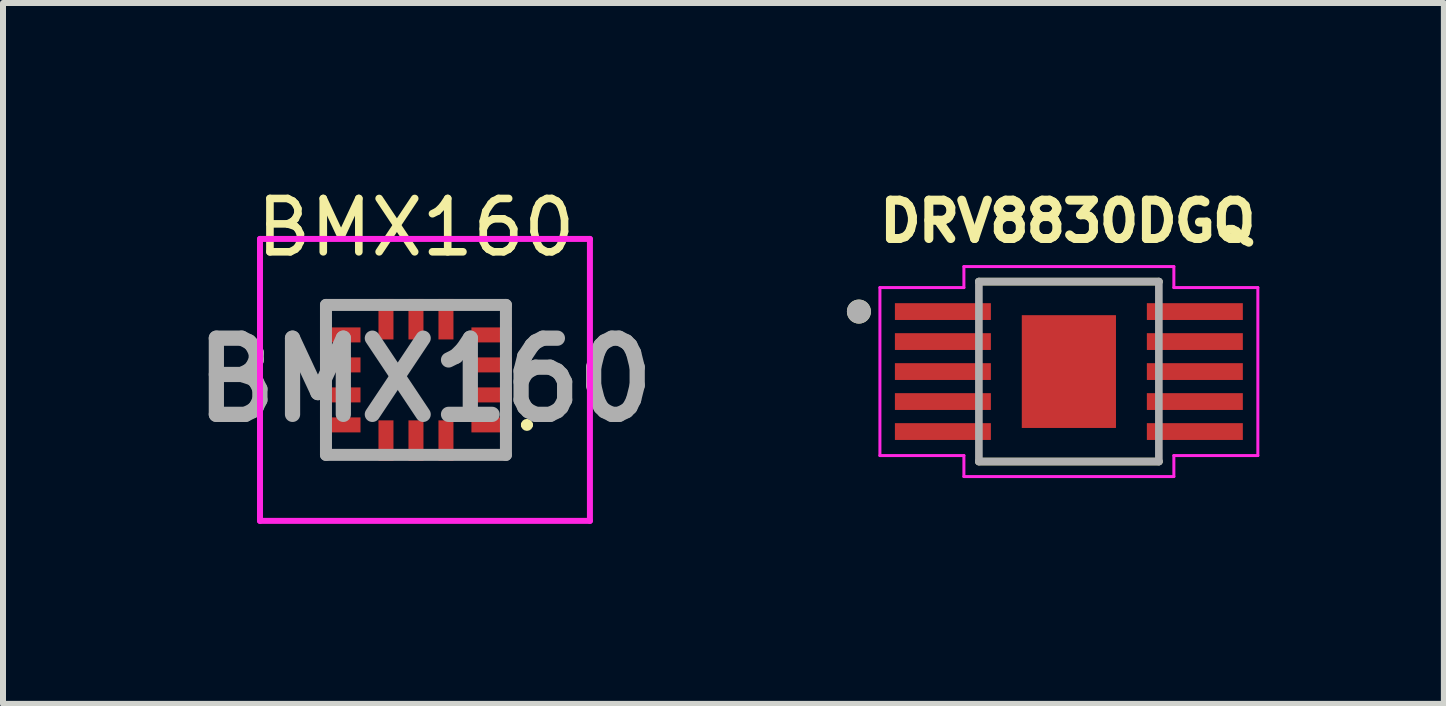
<source format=kicad_pcb>
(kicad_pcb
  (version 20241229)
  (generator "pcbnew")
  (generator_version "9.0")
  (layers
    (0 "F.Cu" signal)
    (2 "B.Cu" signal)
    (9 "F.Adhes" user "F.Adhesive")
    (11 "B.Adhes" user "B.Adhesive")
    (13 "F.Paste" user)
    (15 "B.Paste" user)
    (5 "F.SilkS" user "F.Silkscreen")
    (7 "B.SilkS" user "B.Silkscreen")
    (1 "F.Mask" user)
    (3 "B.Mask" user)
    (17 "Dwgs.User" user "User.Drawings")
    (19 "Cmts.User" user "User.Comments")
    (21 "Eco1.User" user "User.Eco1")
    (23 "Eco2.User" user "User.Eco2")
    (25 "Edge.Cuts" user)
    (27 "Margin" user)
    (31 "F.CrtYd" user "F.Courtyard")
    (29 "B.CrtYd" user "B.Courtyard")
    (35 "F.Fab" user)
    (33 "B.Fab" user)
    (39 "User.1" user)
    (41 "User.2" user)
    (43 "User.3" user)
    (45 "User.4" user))
  (footprint "BMX160"
    (layer "F.Cu")
    (at 3.884 3.283)
    (property "Reference" "BMX160" (at 0 -2.54 0) (layer "F.SilkS") (effects (font (size 0.889 0.889) (thickness 0.127))))
    (attr smd)
    (fp_line (start -1.5 1.25) (end -0.8 1.25) (stroke (width 0.1) (type solid)) (layer "F.SilkS"))
    (fp_line (start -0.8 -1.25) (end -1.5 -1.25) (stroke (width 0.1) (type solid)) (layer "F.SilkS"))
    (fp_line (start 0.8 -1.25) (end 1.5 -1.25) (stroke (width 0.1) (type solid)) (layer "F.SilkS"))
    (fp_line (start 0.8 1.25) (end 1.5 1.25) (stroke (width 0.1) (type solid)) (layer "F.SilkS"))
    (fp_line (start 1.8 0.75) (end 1.8 0.75) (stroke (width 0.1) (type solid)) (layer "F.SilkS"))
    (fp_line (start 1.9 0.75) (end 1.9 0.75) (stroke (width 0.1) (type solid)) (layer "F.SilkS"))
    (fp_arc (start 1.8 0.75) (mid 1.85 0.7) (end 1.9 0.75) (stroke (width 0.1) (type solid)) (layer "F.SilkS"))
    (fp_arc (start 1.9 0.75) (mid 1.85 0.8) (end 1.8 0.75) (stroke (width 0.1) (type solid)) (layer "F.SilkS"))
    (fp_line (start -2.6 -2.35) (end 2.9 -2.35) (stroke (width 0.1) (type solid)) (layer "F.CrtYd"))
    (fp_line (start -2.6 2.35) (end -2.6 -2.35) (stroke (width 0.1) (type solid)) (layer "F.CrtYd"))
    (fp_line (start 2.9 -2.35) (end 2.9 2.35) (stroke (width 0.1) (type solid)) (layer "F.CrtYd"))
    (fp_line (start 2.9 2.35) (end -2.6 2.35) (stroke (width 0.1) (type solid)) (layer "F.CrtYd"))
    (fp_line (start -1.5 -1.25) (end 1.5 -1.25) (stroke (width 0.2) (type solid)) (layer "F.Fab"))
    (fp_line (start -1.5 1.25) (end -1.5 -1.25) (stroke (width 0.2) (type solid)) (layer "F.Fab"))
    (fp_line (start 1.5 -1.25) (end 1.5 1.25) (stroke (width 0.2) (type solid)) (layer "F.Fab"))
    (fp_line (start 1.5 1.25) (end -1.5 1.25) (stroke (width 0.2) (type solid)) (layer "F.Fab"))
    (fp_text user "${REFERENCE}" (at 0.15 0 0) (layer "F.Fab") (effects (font (size 1.27 1.27) (thickness 0.254))))
    (pad "1" smd rect (at 1.262 0.75 90) (size 0.25 0.675) (layers "F.Cu" "F.Mask" "F.Paste"))
    (pad "2" smd rect (at 1.262 0.25 90) (size 0.25 0.675) (layers "F.Cu" "F.Mask" "F.Paste"))
    (pad "3" smd rect (at 1.262 -0.25 90) (size 0.25 0.675) (layers "F.Cu" "F.Mask" "F.Paste"))
    (pad "4" smd rect (at 1.262 -0.75 90) (size 0.25 0.675) (layers "F.Cu" "F.Mask" "F.Paste"))
    (pad "5" smd rect (at 0.5 -1.012) (size 0.25 0.675) (layers "F.Cu" "F.Mask" "F.Paste"))
    (pad "6" smd rect (at 0 -1.012) (size 0.25 0.675) (layers "F.Cu" "F.Mask" "F.Paste"))
    (pad "7" smd rect (at -0.5 -1.012) (size 0.25 0.675) (layers "F.Cu" "F.Mask" "F.Paste"))
    (pad "8" smd rect (at -1.262 -0.75 90) (size 0.25 0.675) (layers "F.Cu" "F.Mask" "F.Paste"))
    (pad "9" smd rect (at -1.262 -0.25 90) (size 0.25 0.675) (layers "F.Cu" "F.Mask" "F.Paste"))
    (pad "10" smd rect (at -1.262 0.25 90) (size 0.25 0.675) (layers "F.Cu" "F.Mask" "F.Paste"))
    (pad "11" smd rect (at -1.262 0.75 90) (size 0.25 0.675) (layers "F.Cu" "F.Mask" "F.Paste"))
    (pad "12" smd rect (at -0.5 1.012) (size 0.25 0.675) (layers "F.Cu" "F.Mask" "F.Paste"))
    (pad "13" smd rect (at 0 1.012) (size 0.25 0.675) (layers "F.Cu" "F.Mask" "F.Paste"))
    (pad "14" smd rect (at 0.5 1.012) (size 0.25 0.675) (layers "F.Cu" "F.Mask" "F.Paste")))
  (footprint "DRV8830DGQ"
    (layer "F.Cu")
    (at 14.768 3.144)
    (property "Reference" "DRV8830DGQ" (at -0.018 -2.506 0) (layer "F.SilkS") (effects (font (size 0.64 0.64) (thickness 0.15))))
    (attr smd)
    (fp_poly (pts (xy -2.95 -1.2) (xy -1.25 -1.2) (xy -1.25 -0.8) (xy -2.95 -0.8)) (stroke (width 0.01) (type solid)) (fill yes) (layer "F.Mask"))
    (fp_poly (pts (xy -2.95 -0.7) (xy -1.25 -0.7) (xy -1.25 -0.3) (xy -2.95 -0.3)) (stroke (width 0.01) (type solid)) (fill yes) (layer "F.Mask"))
    (fp_poly (pts (xy -2.95 -0.2) (xy -1.25 -0.2) (xy -1.25 0.2) (xy -2.95 0.2)) (stroke (width 0.01) (type solid)) (fill yes) (layer "F.Mask"))
    (fp_poly (pts (xy -2.95 0.3) (xy -1.25 0.3) (xy -1.25 0.7) (xy -2.95 0.7)) (stroke (width 0.01) (type solid)) (fill yes) (layer "F.Mask"))
    (fp_poly (pts (xy -2.95 0.8) (xy -1.25 0.8) (xy -1.25 1.2) (xy -2.95 1.2)) (stroke (width 0.01) (type solid)) (fill yes) (layer "F.Mask"))
    (fp_poly (pts (xy 1.25 -1.2) (xy 2.95 -1.2) (xy 2.95 -0.8) (xy 1.25 -0.8)) (stroke (width 0.01) (type solid)) (fill yes) (layer "F.Mask"))
    (fp_poly (pts (xy 1.25 -0.7) (xy 2.95 -0.7) (xy 2.95 -0.3) (xy 1.25 -0.3)) (stroke (width 0.01) (type solid)) (fill yes) (layer "F.Mask"))
    (fp_poly (pts (xy 1.25 -0.2) (xy 2.95 -0.2) (xy 2.95 0.2) (xy 1.25 0.2)) (stroke (width 0.01) (type solid)) (fill yes) (layer "F.Mask"))
    (fp_poly (pts (xy 1.25 0.3) (xy 2.95 0.3) (xy 2.95 0.7) (xy 1.25 0.7)) (stroke (width 0.01) (type solid)) (fill yes) (layer "F.Mask"))
    (fp_poly (pts (xy 1.25 0.8) (xy 2.95 0.8) (xy 2.95 1.2) (xy 1.25 1.2)) (stroke (width 0.01) (type solid)) (fill yes) (layer "F.Mask"))
    (fp_line (start -1.5 1.5) (end 1.5 1.5) (stroke (width 0.127) (type solid)) (layer "F.SilkS"))
    (fp_line (start 1.5 -1.5) (end -1.5 -1.5) (stroke (width 0.127) (type solid)) (layer "F.SilkS"))
    (fp_circle (center -3.5 -1) (end -3.4 -1) (stroke (width 0.2) (type solid)) (fill no) (layer "F.SilkS"))
    (fp_poly (pts (xy -2.875 -1.125) (xy -1.325 -1.125) (xy -1.325 -0.875) (xy -2.875 -0.875)) (stroke (width 0.01) (type solid)) (fill yes) (layer "F.Paste"))
    (fp_poly (pts (xy -2.875 -0.625) (xy -1.325 -0.625) (xy -1.325 -0.375) (xy -2.875 -0.375)) (stroke (width 0.01) (type solid)) (fill yes) (layer "F.Paste"))
    (fp_poly (pts (xy -2.875 -0.125) (xy -1.325 -0.125) (xy -1.325 0.125) (xy -2.875 0.125)) (stroke (width 0.01) (type solid)) (fill yes) (layer "F.Paste"))
    (fp_poly (pts (xy -2.875 0.375) (xy -1.325 0.375) (xy -1.325 0.625) (xy -2.875 0.625)) (stroke (width 0.01) (type solid)) (fill yes) (layer "F.Paste"))
    (fp_poly (pts (xy -2.875 0.875) (xy -1.325 0.875) (xy -1.325 1.125) (xy -2.875 1.125)) (stroke (width 0.01) (type solid)) (fill yes) (layer "F.Paste"))
    (fp_poly (pts (xy 1.325 -1.125) (xy 2.875 -1.125) (xy 2.875 -0.875) (xy 1.325 -0.875)) (stroke (width 0.01) (type solid)) (fill yes) (layer "F.Paste"))
    (fp_poly (pts (xy 1.325 -0.625) (xy 2.875 -0.625) (xy 2.875 -0.375) (xy 1.325 -0.375)) (stroke (width 0.01) (type solid)) (fill yes) (layer "F.Paste"))
    (fp_poly (pts (xy 1.325 -0.125) (xy 2.875 -0.125) (xy 2.875 0.125) (xy 1.325 0.125)) (stroke (width 0.01) (type solid)) (fill yes) (layer "F.Paste"))
    (fp_poly (pts (xy 1.325 0.375) (xy 2.875 0.375) (xy 2.875 0.625) (xy 1.325 0.625)) (stroke (width 0.01) (type solid)) (fill yes) (layer "F.Paste"))
    (fp_poly (pts (xy 1.325 0.875) (xy 2.875 0.875) (xy 2.875 1.125) (xy 1.325 1.125)) (stroke (width 0.01) (type solid)) (fill yes) (layer "F.Paste"))
    (fp_line (start -3.15 -1.4) (end -3.15 1.4) (stroke (width 0.05) (type solid)) (layer "F.CrtYd"))
    (fp_line (start -3.15 1.4) (end -1.75 1.4) (stroke (width 0.05) (type solid)) (layer "F.CrtYd"))
    (fp_line (start -1.75 -1.75) (end -1.75 -1.4) (stroke (width 0.05) (type solid)) (layer "F.CrtYd"))
    (fp_line (start -1.75 -1.4) (end -3.15 -1.4) (stroke (width 0.05) (type solid)) (layer "F.CrtYd"))
    (fp_line (start -1.75 1.4) (end -1.75 1.75) (stroke (width 0.05) (type solid)) (layer "F.CrtYd"))
    (fp_line (start -1.75 1.75) (end 1.75 1.75) (stroke (width 0.05) (type solid)) (layer "F.CrtYd"))
    (fp_line (start 1.75 -1.75) (end -1.75 -1.75) (stroke (width 0.05) (type solid)) (layer "F.CrtYd"))
    (fp_line (start 1.75 -1.4) (end 1.75 -1.75) (stroke (width 0.05) (type solid)) (layer "F.CrtYd"))
    (fp_line (start 1.75 1.4) (end 3.15 1.4) (stroke (width 0.05) (type solid)) (layer "F.CrtYd"))
    (fp_line (start 1.75 1.75) (end 1.75 1.4) (stroke (width 0.05) (type solid)) (layer "F.CrtYd"))
    (fp_line (start 3.15 -1.4) (end 1.75 -1.4) (stroke (width 0.05) (type solid)) (layer "F.CrtYd"))
    (fp_line (start 3.15 1.4) (end 3.15 -1.4) (stroke (width 0.05) (type solid)) (layer "F.CrtYd"))
    (fp_line (start -1.5 -1.5) (end -1.5 1.5) (stroke (width 0.127) (type solid)) (layer "F.Fab"))
    (fp_line (start -1.5 1.5) (end 1.5 1.5) (stroke (width 0.127) (type solid)) (layer "F.Fab"))
    (fp_line (start 1.5 -1.5) (end -1.5 -1.5) (stroke (width 0.127) (type solid)) (layer "F.Fab"))
    (fp_line (start 1.5 1.5) (end 1.5 -1.5) (stroke (width 0.127) (type solid)) (layer "F.Fab"))
    (fp_circle (center -3.5 -1) (end -3.4 -1) (stroke (width 0.2) (type solid)) (fill no) (layer "F.Fab"))
    (pad "1" smd rect (at -2.1 -1) (size 1.6 0.28) (layers "F.Cu"))
    (pad "2" smd rect (at -2.1 -0.5) (size 1.6 0.28) (layers "F.Cu"))
    (pad "3" smd rect (at -2.1 0) (size 1.6 0.28) (layers "F.Cu"))
    (pad "4" smd rect (at -2.1 0.5) (size 1.6 0.28) (layers "F.Cu"))
    (pad "5" smd rect (at -2.1 1) (size 1.6 0.28) (layers "F.Cu"))
    (pad "6" smd rect (at 2.1 1) (size 1.6 0.28) (layers "F.Cu"))
    (pad "7" smd rect (at 2.1 0.5) (size 1.6 0.28) (layers "F.Cu"))
    (pad "8" smd rect (at 2.1 0) (size 1.6 0.28) (layers "F.Cu"))
    (pad "9" smd rect (at 2.1 -0.5) (size 1.6 0.28) (layers "F.Cu"))
    (pad "10" smd rect (at 2.1 -1) (size 1.6 0.28) (layers "F.Cu"))
    (pad "11" smd rect (at 0 0) (size 1.57 1.88) (layers "F.Cu" "F.Mask" "F.Paste")))
  (gr_rect
    (start -3 -3)
    (end 21.019 8.683)
    (stroke (width 0.1) (type default))
    (fill no)
    (layer "Edge.Cuts")))
</source>
